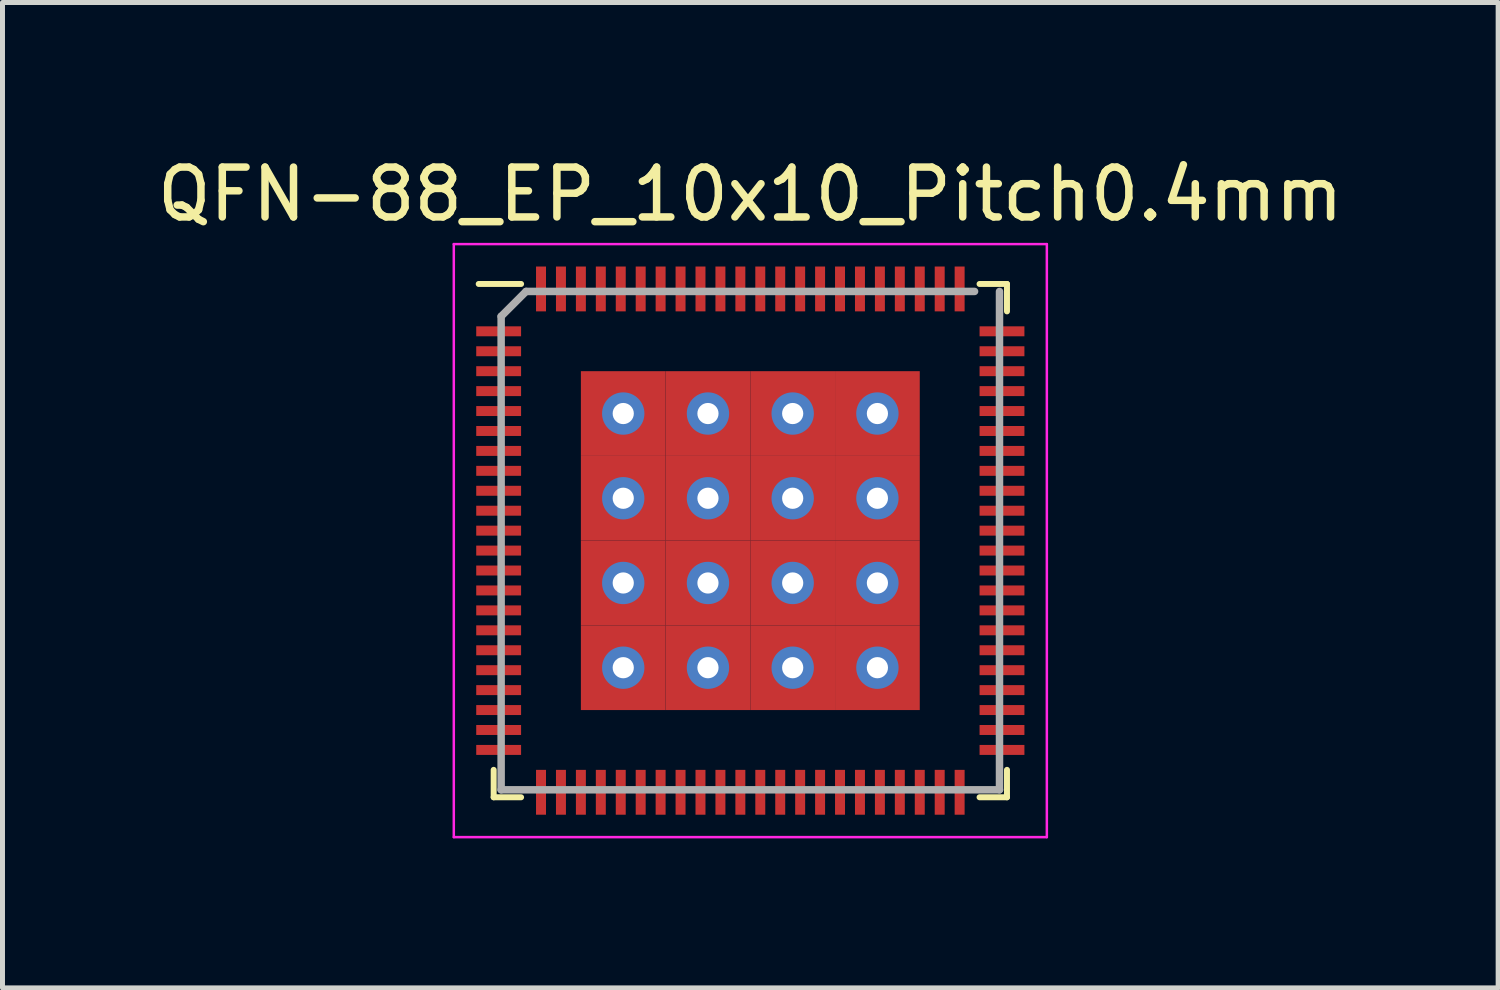
<source format=kicad_pcb>
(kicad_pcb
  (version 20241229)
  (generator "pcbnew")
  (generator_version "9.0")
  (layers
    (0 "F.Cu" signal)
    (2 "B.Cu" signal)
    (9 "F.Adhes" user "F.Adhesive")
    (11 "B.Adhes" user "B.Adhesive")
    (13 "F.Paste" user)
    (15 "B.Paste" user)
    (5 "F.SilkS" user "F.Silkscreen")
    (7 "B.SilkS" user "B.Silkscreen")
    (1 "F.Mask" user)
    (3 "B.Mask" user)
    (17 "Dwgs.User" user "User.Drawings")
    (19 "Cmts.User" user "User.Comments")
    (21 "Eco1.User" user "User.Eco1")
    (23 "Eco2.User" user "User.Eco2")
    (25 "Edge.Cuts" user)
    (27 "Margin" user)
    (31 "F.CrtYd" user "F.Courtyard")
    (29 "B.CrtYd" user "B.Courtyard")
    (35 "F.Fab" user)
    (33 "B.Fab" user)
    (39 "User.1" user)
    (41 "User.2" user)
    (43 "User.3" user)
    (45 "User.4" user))
  (footprint "QFN-88_EP_10x10_Pitch0.4mm"
    (layer "F.Cu")
    (at 12.006 7.798)
    (property "Reference" "QFN-88_EP_10x10_Pitch0.4mm" (at 0 -6.95 0) (layer "F.SilkS") (effects (font (size 1 1) (thickness 0.15))))
    (attr smd)
    (fp_line (start -5.15 5.15) (end -5.15 4.6) (stroke (width 0.12) (type solid)) (layer "F.SilkS"))
    (fp_line (start -4.6 -5.15) (end -5.45 -5.15) (stroke (width 0.12) (type solid)) (layer "F.SilkS"))
    (fp_line (start -4.6 5.15) (end -5.15 5.15) (stroke (width 0.12) (type solid)) (layer "F.SilkS"))
    (fp_line (start 4.6 -5.15) (end 5.15 -5.15) (stroke (width 0.12) (type solid)) (layer "F.SilkS"))
    (fp_line (start 4.6 5.15) (end 5.15 5.15) (stroke (width 0.12) (type solid)) (layer "F.SilkS"))
    (fp_line (start 5.15 -5.15) (end 5.15 -4.6) (stroke (width 0.12) (type solid)) (layer "F.SilkS"))
    (fp_line (start 5.15 5.15) (end 5.15 4.6) (stroke (width 0.12) (type solid)) (layer "F.SilkS"))
    (fp_line (start -5.95 -5.95) (end 5.95 -5.95) (stroke (width 0.05) (type solid)) (layer "F.CrtYd"))
    (fp_line (start -5.95 5.95) (end -5.95 -5.95) (stroke (width 0.05) (type solid)) (layer "F.CrtYd"))
    (fp_line (start 5.95 -5.95) (end 5.95 5.95) (stroke (width 0.05) (type solid)) (layer "F.CrtYd"))
    (fp_line (start 5.95 5.95) (end -5.95 5.95) (stroke (width 0.05) (type solid)) (layer "F.CrtYd"))
    (fp_line (start -5 -4.5) (end -5 5) (stroke (width 0.15) (type solid)) (layer "F.Fab"))
    (fp_line (start -5 5) (end 5 5) (stroke (width 0.15) (type solid)) (layer "F.Fab"))
    (fp_line (start -4.5 -5) (end -5 -4.5) (stroke (width 0.15) (type solid)) (layer "F.Fab"))
    (fp_line (start 4.5 -5) (end -4.5 -5) (stroke (width 0.15) (type solid)) (layer "F.Fab"))
    (fp_line (start 5 5) (end 5 -5) (stroke (width 0.15) (type solid)) (layer "F.Fab"))
    (pad "1" smd rect (at -5.05 -4.2 90) (size 0.2 0.9) (layers "F.Cu" "F.Mask" "F.Paste"))
    (pad "2" smd rect (at -5.05 -3.8 90) (size 0.2 0.9) (layers "F.Cu" "F.Mask" "F.Paste"))
    (pad "3" smd rect (at -5.05 -3.4 90) (size 0.2 0.9) (layers "F.Cu" "F.Mask" "F.Paste"))
    (pad "4" smd rect (at -5.05 -3 90) (size 0.2 0.9) (layers "F.Cu" "F.Mask" "F.Paste"))
    (pad "5" smd rect (at -5.05 -2.6 90) (size 0.2 0.9) (layers "F.Cu" "F.Mask" "F.Paste"))
    (pad "6" smd rect (at -5.05 -2.2 90) (size 0.2 0.9) (layers "F.Cu" "F.Mask" "F.Paste"))
    (pad "7" smd rect (at -5.05 -1.8 90) (size 0.2 0.9) (layers "F.Cu" "F.Mask" "F.Paste"))
    (pad "8" smd rect (at -5.05 -1.4 90) (size 0.2 0.9) (layers "F.Cu" "F.Mask" "F.Paste"))
    (pad "9" smd rect (at -5.05 -1 90) (size 0.2 0.9) (layers "F.Cu" "F.Mask" "F.Paste"))
    (pad "10" smd rect (at -5.05 -0.6 90) (size 0.2 0.9) (layers "F.Cu" "F.Mask" "F.Paste"))
    (pad "11" smd rect (at -5.05 -0.2 90) (size 0.2 0.9) (layers "F.Cu" "F.Mask" "F.Paste"))
    (pad "12" smd rect (at -5.05 0.2 90) (size 0.2 0.9) (layers "F.Cu" "F.Mask" "F.Paste"))
    (pad "13" smd rect (at -5.05 0.6 90) (size 0.2 0.9) (layers "F.Cu" "F.Mask" "F.Paste"))
    (pad "14" smd rect (at -5.05 1 90) (size 0.2 0.9) (layers "F.Cu" "F.Mask" "F.Paste"))
    (pad "15" smd rect (at -5.05 1.4 90) (size 0.2 0.9) (layers "F.Cu" "F.Mask" "F.Paste"))
    (pad "16" smd rect (at -5.05 1.8 90) (size 0.2 0.9) (layers "F.Cu" "F.Mask" "F.Paste"))
    (pad "17" smd rect (at -5.05 2.2 90) (size 0.2 0.9) (layers "F.Cu" "F.Mask" "F.Paste"))
    (pad "18" smd rect (at -5.05 2.6 90) (size 0.2 0.9) (layers "F.Cu" "F.Mask" "F.Paste"))
    (pad "19" smd rect (at -5.05 3 90) (size 0.2 0.9) (layers "F.Cu" "F.Mask" "F.Paste"))
    (pad "20" smd rect (at -5.05 3.4 90) (size 0.2 0.9) (layers "F.Cu" "F.Mask" "F.Paste"))
    (pad "21" smd rect (at -5.05 3.8 90) (size 0.2 0.9) (layers "F.Cu" "F.Mask" "F.Paste"))
    (pad "22" smd rect (at -5.05 4.2 90) (size 0.2 0.9) (layers "F.Cu" "F.Mask" "F.Paste"))
    (pad "23" smd rect (at -4.2 5.05) (size 0.2 0.9) (layers "F.Cu" "F.Mask" "F.Paste"))
    (pad "24" smd rect (at -3.8 5.05) (size 0.2 0.9) (layers "F.Cu" "F.Mask" "F.Paste"))
    (pad "25" smd rect (at -3.4 5.05) (size 0.2 0.9) (layers "F.Cu" "F.Mask" "F.Paste"))
    (pad "26" smd rect (at -3 5.05) (size 0.2 0.9) (layers "F.Cu" "F.Mask" "F.Paste"))
    (pad "27" smd rect (at -2.6 5.05) (size 0.2 0.9) (layers "F.Cu" "F.Mask" "F.Paste"))
    (pad "28" smd rect (at -2.2 5.05) (size 0.2 0.9) (layers "F.Cu" "F.Mask" "F.Paste"))
    (pad "29" smd rect (at -1.8 5.05) (size 0.2 0.9) (layers "F.Cu" "F.Mask" "F.Paste"))
    (pad "30" smd rect (at -1.4 5.05) (size 0.2 0.9) (layers "F.Cu" "F.Mask" "F.Paste"))
    (pad "31" smd rect (at -1 5.05) (size 0.2 0.9) (layers "F.Cu" "F.Mask" "F.Paste"))
    (pad "32" smd rect (at -0.6 5.05) (size 0.2 0.9) (layers "F.Cu" "F.Mask" "F.Paste"))
    (pad "33" smd rect (at -0.2 5.05) (size 0.2 0.9) (layers "F.Cu" "F.Mask" "F.Paste"))
    (pad "34" smd rect (at 0.2 5.05) (size 0.2 0.9) (layers "F.Cu" "F.Mask" "F.Paste"))
    (pad "35" smd rect (at 0.6 5.05) (size 0.2 0.9) (layers "F.Cu" "F.Mask" "F.Paste"))
    (pad "36" smd rect (at 1 5.05) (size 0.2 0.9) (layers "F.Cu" "F.Mask" "F.Paste"))
    (pad "37" smd rect (at 1.4 5.05) (size 0.2 0.9) (layers "F.Cu" "F.Mask" "F.Paste"))
    (pad "38" smd rect (at 1.8 5.05) (size 0.2 0.9) (layers "F.Cu" "F.Mask" "F.Paste"))
    (pad "39" smd rect (at 2.2 5.05) (size 0.2 0.9) (layers "F.Cu" "F.Mask" "F.Paste"))
    (pad "40" smd rect (at 2.6 5.05) (size 0.2 0.9) (layers "F.Cu" "F.Mask" "F.Paste"))
    (pad "41" smd rect (at 3 5.05) (size 0.2 0.9) (layers "F.Cu" "F.Mask" "F.Paste"))
    (pad "42" smd rect (at 3.4 5.05) (size 0.2 0.9) (layers "F.Cu" "F.Mask" "F.Paste"))
    (pad "43" smd rect (at 3.8 5.05) (size 0.2 0.9) (layers "F.Cu" "F.Mask" "F.Paste"))
    (pad "44" smd rect (at 4.2 5.05) (size 0.2 0.9) (layers "F.Cu" "F.Mask" "F.Paste"))
    (pad "45" smd rect (at 5.05 4.2 90) (size 0.2 0.9) (layers "F.Cu" "F.Mask" "F.Paste"))
    (pad "46" smd rect (at 5.05 3.8 90) (size 0.2 0.9) (layers "F.Cu" "F.Mask" "F.Paste"))
    (pad "47" smd rect (at 5.05 3.4 90) (size 0.2 0.9) (layers "F.Cu" "F.Mask" "F.Paste"))
    (pad "48" smd rect (at 5.05 3 90) (size 0.2 0.9) (layers "F.Cu" "F.Mask" "F.Paste"))
    (pad "49" smd rect (at 5.05 2.6 90) (size 0.2 0.9) (layers "F.Cu" "F.Mask" "F.Paste"))
    (pad "50" smd rect (at 5.05 2.2 90) (size 0.2 0.9) (layers "F.Cu" "F.Mask" "F.Paste"))
    (pad "51" smd rect (at 5.05 1.8 90) (size 0.2 0.9) (layers "F.Cu" "F.Mask" "F.Paste"))
    (pad "52" smd rect (at 5.05 1.4 90) (size 0.2 0.9) (layers "F.Cu" "F.Mask" "F.Paste"))
    (pad "53" smd rect (at 5.05 1 90) (size 0.2 0.9) (layers "F.Cu" "F.Mask" "F.Paste"))
    (pad "54" smd rect (at 5.05 0.6 90) (size 0.2 0.9) (layers "F.Cu" "F.Mask" "F.Paste"))
    (pad "55" smd rect (at 5.05 0.2 90) (size 0.2 0.9) (layers "F.Cu" "F.Mask" "F.Paste"))
    (pad "56" smd rect (at 5.05 -0.2 90) (size 0.2 0.9) (layers "F.Cu" "F.Mask" "F.Paste"))
    (pad "57" smd rect (at 5.05 -0.6 90) (size 0.2 0.9) (layers "F.Cu" "F.Mask" "F.Paste"))
    (pad "58" smd rect (at 5.05 -1 90) (size 0.2 0.9) (layers "F.Cu" "F.Mask" "F.Paste"))
    (pad "59" smd rect (at 5.05 -1.4 90) (size 0.2 0.9) (layers "F.Cu" "F.Mask" "F.Paste"))
    (pad "60" smd rect (at 5.05 -1.8 90) (size 0.2 0.9) (layers "F.Cu" "F.Mask" "F.Paste"))
    (pad "61" smd rect (at 5.05 -2.2 90) (size 0.2 0.9) (layers "F.Cu" "F.Mask" "F.Paste"))
    (pad "62" smd rect (at 5.05 -2.6 90) (size 0.2 0.9) (layers "F.Cu" "F.Mask" "F.Paste"))
    (pad "63" smd rect (at 5.05 -3 90) (size 0.2 0.9) (layers "F.Cu" "F.Mask" "F.Paste"))
    (pad "64" smd rect (at 5.05 -3.4 90) (size 0.2 0.9) (layers "F.Cu" "F.Mask" "F.Paste"))
    (pad "65" smd rect (at 5.05 -3.8 90) (size 0.2 0.9) (layers "F.Cu" "F.Mask" "F.Paste"))
    (pad "66" smd rect (at 5.05 -4.2 90) (size 0.2 0.9) (layers "F.Cu" "F.Mask" "F.Paste"))
    (pad "67" smd rect (at 4.2 -5.05) (size 0.2 0.9) (layers "F.Cu" "F.Mask" "F.Paste"))
    (pad "68" smd rect (at 3.8 -5.05) (size 0.2 0.9) (layers "F.Cu" "F.Mask" "F.Paste"))
    (pad "69" smd rect (at 3.4 -5.05) (size 0.2 0.9) (layers "F.Cu" "F.Mask" "F.Paste"))
    (pad "70" smd rect (at 3 -5.05) (size 0.2 0.9) (layers "F.Cu" "F.Mask" "F.Paste"))
    (pad "71" smd rect (at 2.6 -5.05) (size 0.2 0.9) (layers "F.Cu" "F.Mask" "F.Paste"))
    (pad "72" smd rect (at 2.2 -5.05) (size 0.2 0.9) (layers "F.Cu" "F.Mask" "F.Paste"))
    (pad "73" smd rect (at 1.8 -5.05) (size 0.2 0.9) (layers "F.Cu" "F.Mask" "F.Paste"))
    (pad "74" smd rect (at 1.4 -5.05) (size 0.2 0.9) (layers "F.Cu" "F.Mask" "F.Paste"))
    (pad "75" smd rect (at 1 -5.05) (size 0.2 0.9) (layers "F.Cu" "F.Mask" "F.Paste"))
    (pad "76" smd rect (at 0.6 -5.05) (size 0.2 0.9) (layers "F.Cu" "F.Mask" "F.Paste"))
    (pad "77" smd rect (at 0.2 -5.05) (size 0.2 0.9) (layers "F.Cu" "F.Mask" "F.Paste"))
    (pad "78" smd rect (at -0.2 -5.05) (size 0.2 0.9) (layers "F.Cu" "F.Mask" "F.Paste"))
    (pad "79" smd rect (at -0.6 -5.05) (size 0.2 0.9) (layers "F.Cu" "F.Mask" "F.Paste"))
    (pad "80" smd rect (at -1 -5.05) (size 0.2 0.9) (layers "F.Cu" "F.Mask" "F.Paste"))
    (pad "81" smd rect (at -1.4 -5.05) (size 0.2 0.9) (layers "F.Cu" "F.Mask" "F.Paste"))
    (pad "82" smd rect (at -1.8 -5.05) (size 0.2 0.9) (layers "F.Cu" "F.Mask" "F.Paste"))
    (pad "83" smd rect (at -2.2 -5.05) (size 0.2 0.9) (layers "F.Cu" "F.Mask" "F.Paste"))
    (pad "84" smd rect (at -2.6 -5.05) (size 0.2 0.9) (layers "F.Cu" "F.Mask" "F.Paste"))
    (pad "85" smd rect (at -3 -5.05) (size 0.2 0.9) (layers "F.Cu" "F.Mask" "F.Paste"))
    (pad "86" smd rect (at -3.4 -5.05) (size 0.2 0.9) (layers "F.Cu" "F.Mask" "F.Paste"))
    (pad "87" smd rect (at -3.8 -5.05) (size 0.2 0.9) (layers "F.Cu" "F.Mask" "F.Paste"))
    (pad "88" smd rect (at -4.2 -5.05) (size 0.2 0.9) (layers "F.Cu" "F.Mask" "F.Paste"))
    (pad "89" thru_hole circle (at -2.55 -2.55) (size 0.85 0.85) (drill 0.425) (layers "*.Cu" "*.Mask"))
    (pad "89" smd rect (at -2.55 -2.55) (size 1.7 1.7) (layers "F.Cu" "F.Mask" "F.Paste"))
    (pad "89" thru_hole circle (at -2.55 -0.85) (size 0.85 0.85) (drill 0.425) (layers "*.Cu" "*.Mask"))
    (pad "89" smd rect (at -2.55 -0.85) (size 1.7 1.7) (layers "F.Cu" "F.Mask" "F.Paste"))
    (pad "89" thru_hole circle (at -2.55 0.85) (size 0.85 0.85) (drill 0.425) (layers "*.Cu" "*.Mask"))
    (pad "89" smd rect (at -2.55 0.85) (size 1.7 1.7) (layers "F.Cu" "F.Mask" "F.Paste"))
    (pad "89" thru_hole circle (at -2.55 2.55) (size 0.85 0.85) (drill 0.425) (layers "*.Cu" "*.Mask"))
    (pad "89" smd rect (at -2.55 2.55) (size 1.7 1.7) (layers "F.Cu" "F.Mask" "F.Paste"))
    (pad "89" thru_hole circle (at -0.85 -2.55) (size 0.85 0.85) (drill 0.425) (layers "*.Cu" "*.Mask"))
    (pad "89" smd rect (at -0.85 -2.55) (size 1.7 1.7) (layers "F.Cu" "F.Mask" "F.Paste"))
    (pad "89" thru_hole circle (at -0.85 -0.85) (size 0.85 0.85) (drill 0.425) (layers "*.Cu" "*.Mask"))
    (pad "89" smd rect (at -0.85 -0.85) (size 1.7 1.7) (layers "F.Cu" "F.Mask" "F.Paste"))
    (pad "89" thru_hole circle (at -0.85 0.85) (size 0.85 0.85) (drill 0.425) (layers "*.Cu" "*.Mask"))
    (pad "89" smd rect (at -0.85 0.85) (size 1.7 1.7) (layers "F.Cu" "F.Mask" "F.Paste"))
    (pad "89" thru_hole circle (at -0.85 2.55) (size 0.85 0.85) (drill 0.425) (layers "*.Cu" "*.Mask"))
    (pad "89" smd rect (at -0.85 2.55) (size 1.7 1.7) (layers "F.Cu" "F.Mask" "F.Paste"))
    (pad "89" thru_hole circle (at 0.85 -2.55) (size 0.85 0.85) (drill 0.425) (layers "*.Cu" "*.Mask"))
    (pad "89" smd rect (at 0.85 -2.55) (size 1.7 1.7) (layers "F.Cu" "F.Mask" "F.Paste"))
    (pad "89" thru_hole circle (at 0.85 -0.85) (size 0.85 0.85) (drill 0.425) (layers "*.Cu" "*.Mask"))
    (pad "89" smd rect (at 0.85 -0.85) (size 1.7 1.7) (layers "F.Cu" "F.Mask" "F.Paste"))
    (pad "89" thru_hole circle (at 0.85 0.85) (size 0.85 0.85) (drill 0.425) (layers "*.Cu" "*.Mask"))
    (pad "89" smd rect (at 0.85 0.85) (size 1.7 1.7) (layers "F.Cu" "F.Mask" "F.Paste"))
    (pad "89" thru_hole circle (at 0.85 2.55) (size 0.85 0.85) (drill 0.425) (layers "*.Cu" "*.Mask"))
    (pad "89" smd rect (at 0.85 2.55) (size 1.7 1.7) (layers "F.Cu" "F.Mask" "F.Paste"))
    (pad "89" thru_hole circle (at 2.55 -2.55) (size 0.85 0.85) (drill 0.425) (layers "*.Cu" "*.Mask"))
    (pad "89" smd rect (at 2.55 -2.55) (size 1.7 1.7) (layers "F.Cu" "F.Mask" "F.Paste"))
    (pad "89" thru_hole circle (at 2.55 -0.85) (size 0.85 0.85) (drill 0.425) (layers "*.Cu" "*.Mask"))
    (pad "89" smd rect (at 2.55 -0.85) (size 1.7 1.7) (layers "F.Cu" "F.Mask" "F.Paste"))
    (pad "89" thru_hole circle (at 2.55 0.85) (size 0.85 0.85) (drill 0.425) (layers "*.Cu" "*.Mask"))
    (pad "89" smd rect (at 2.55 0.85) (size 1.7 1.7) (layers "F.Cu" "F.Mask" "F.Paste"))
    (pad "89" thru_hole circle (at 2.55 2.55) (size 0.85 0.85) (drill 0.425) (layers "*.Cu" "*.Mask"))
    (pad "89" smd rect (at 2.55 2.55) (size 1.7 1.7) (layers "F.Cu" "F.Mask" "F.Paste")))
  (gr_rect
    (start -3 -3)
    (end 27.012 16.773)
    (stroke (width 0.1) (type default))
    (fill no)
    (layer "Edge.Cuts")))
</source>
